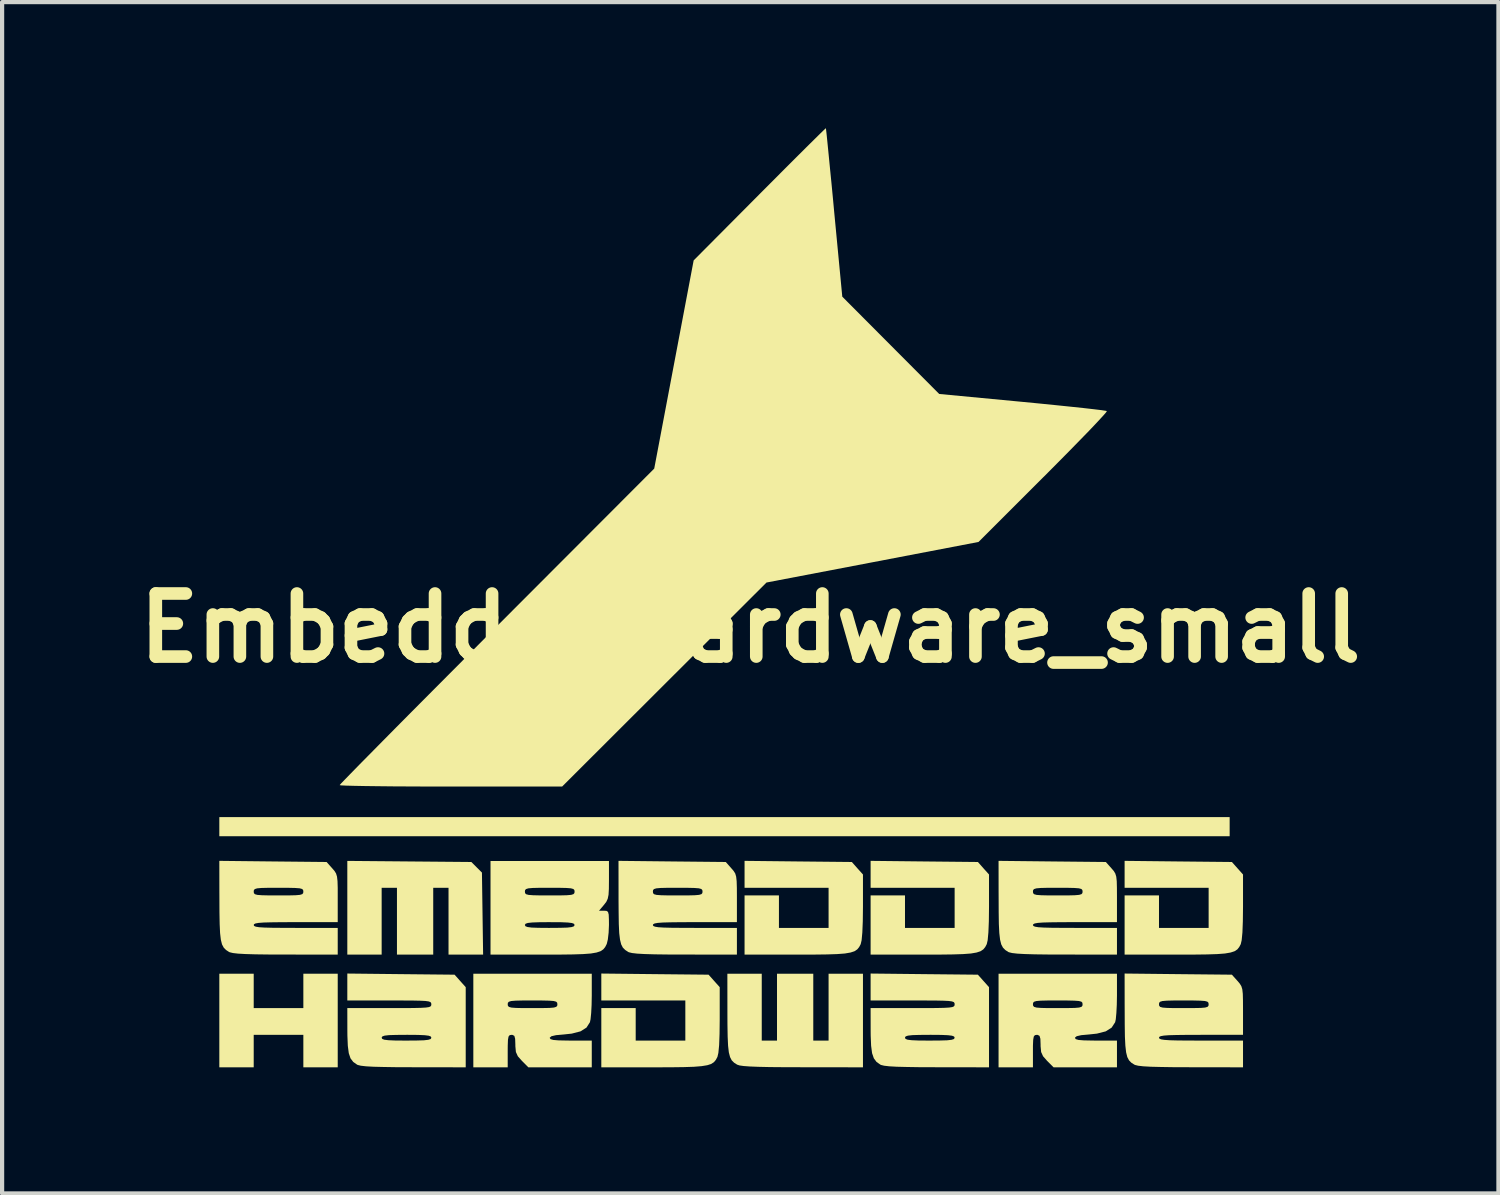
<source format=kicad_pcb>
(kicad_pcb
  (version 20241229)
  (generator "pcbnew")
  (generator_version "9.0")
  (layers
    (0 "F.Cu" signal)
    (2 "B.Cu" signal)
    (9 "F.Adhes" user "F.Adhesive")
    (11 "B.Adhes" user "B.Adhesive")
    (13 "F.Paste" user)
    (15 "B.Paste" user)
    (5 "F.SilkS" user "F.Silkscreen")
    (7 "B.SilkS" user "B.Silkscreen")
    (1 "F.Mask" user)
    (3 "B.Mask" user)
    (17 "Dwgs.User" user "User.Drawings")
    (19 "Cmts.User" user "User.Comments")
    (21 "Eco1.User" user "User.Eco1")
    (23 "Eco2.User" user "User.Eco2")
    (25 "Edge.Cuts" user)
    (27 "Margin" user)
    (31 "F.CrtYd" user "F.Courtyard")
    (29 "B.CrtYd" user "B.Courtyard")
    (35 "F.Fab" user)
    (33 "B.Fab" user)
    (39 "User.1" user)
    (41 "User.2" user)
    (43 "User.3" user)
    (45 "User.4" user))
  (footprint "EmbeddedHardware_small"
    (layer "F.Cu")
    (at 14.8 11.892)
    (property "Reference" "EmbeddedHardware_small" (at 0 0 0) (layer "F.SilkS") (effects (font (size 1.5 1.5) (thickness 0.3))))
    (attr board_only exclude_from_pos_files exclude_from_bom)
    (fp_poly (pts (xy 11.405 4.726) (xy 11.405 4.953) (xy -0.613 4.953) (xy -12.632 4.953) (xy -12.632 4.726) (xy -12.632 4.498) (xy -0.613 4.498) (xy 11.405 4.498)) (stroke (width 0) (type solid)) (fill yes) (layer "F.SilkS"))
    (fp_poly (pts (xy -11.814 8.633) (xy -11.814 9.042) (xy -11.223 9.042) (xy -10.633 9.042) (xy -10.633 8.633) (xy -10.633 8.224) (xy -10.224 8.224) (xy -9.815 8.224) (xy -9.815 9.338) (xy -9.815 10.451) (xy -10.224 10.451) (xy -10.633 10.451) (xy -10.633 10.065) (xy -10.633 9.678) (xy -11.223 9.678) (xy -11.814 9.678) (xy -11.814 10.065) (xy -11.814 10.451) (xy -12.223 10.451) (xy -12.632 10.451) (xy -12.632 9.338) (xy -12.632 8.224) (xy -12.223 8.224) (xy -11.814 8.224)) (stroke (width 0) (type solid)) (fill yes) (layer "F.SilkS"))
    (fp_poly (pts (xy -8.112 5.553) (xy -6.636 5.566) (xy -6.51 5.692) (xy -6.384 5.818) (xy -6.37 6.794) (xy -6.356 7.77) (xy -6.768 7.77) (xy -7.179 7.77) (xy -7.179 6.975) (xy -7.179 6.18) (xy -7.361 6.18) (xy -7.543 6.18) (xy -7.543 6.975) (xy -7.543 7.77) (xy -7.974 7.77) (xy -8.406 7.77) (xy -8.406 6.975) (xy -8.406 6.18) (xy -8.588 6.18) (xy -8.77 6.18) (xy -8.77 6.975) (xy -8.77 7.77) (xy -9.179 7.77) (xy -9.587 7.77) (xy -9.587 6.655) (xy -9.587 5.54)) (stroke (width 0) (type solid)) (fill yes) (layer "F.SilkS"))
    (fp_poly (pts (xy -2.268 8.234) (xy -0.992 8.247) (xy -0.86 8.395) (xy -0.727 8.544) (xy -0.727 9.313) (xy -0.731 9.657) (xy -0.741 9.924) (xy -0.759 10.108) (xy -0.781 10.202) (xy -0.818 10.272) (xy -0.863 10.327) (xy -0.928 10.37) (xy -1.023 10.401) (xy -1.157 10.423) (xy -1.34 10.438) (xy -1.584 10.446) (xy -1.898 10.45) (xy -2.291 10.451) (xy -2.315 10.451) (xy -3.544 10.451) (xy -3.544 9.747) (xy -3.544 9.042) (xy -3.135 9.042) (xy -2.726 9.042) (xy -2.726 9.428) (xy -2.726 9.815) (xy -2.136 9.815) (xy -1.545 9.815) (xy -1.545 9.338) (xy -1.545 8.86) (xy -2.545 8.86) (xy -3.544 8.86) (xy -3.544 8.54) (xy -3.544 8.22)) (stroke (width 0) (type solid)) (fill yes) (layer "F.SilkS"))
    (fp_poly (pts (xy 1.14 5.553) (xy 2.416 5.566) (xy 2.548 5.715) (xy 2.681 5.863) (xy 2.681 6.633) (xy 2.677 6.976) (xy 2.666 7.243) (xy 2.649 7.427) (xy 2.627 7.521) (xy 2.59 7.591) (xy 2.544 7.646) (xy 2.48 7.689) (xy 2.385 7.72) (xy 2.251 7.743) (xy 2.067 7.757) (xy 1.824 7.765) (xy 1.51 7.769) (xy 1.116 7.77) (xy 1.093 7.77) (xy -0.136 7.77) (xy -0.136 7.066) (xy -0.136 6.361) (xy 0.273 6.361) (xy 0.682 6.361) (xy 0.682 6.748) (xy 0.682 7.134) (xy 1.272 7.134) (xy 1.863 7.134) (xy 1.863 6.657) (xy 1.863 6.18) (xy 0.863 6.18) (xy -0.136 6.18) (xy -0.136 5.86) (xy -0.136 5.539)) (stroke (width 0) (type solid)) (fill yes) (layer "F.SilkS"))
    (fp_poly (pts (xy 4.139 5.553) (xy 5.415 5.566) (xy 5.547 5.715) (xy 5.68 5.863) (xy 5.68 6.633) (xy 5.676 6.976) (xy 5.665 7.243) (xy 5.648 7.427) (xy 5.626 7.521) (xy 5.589 7.591) (xy 5.543 7.646) (xy 5.478 7.689) (xy 5.384 7.72) (xy 5.25 7.743) (xy 5.066 7.757) (xy 4.823 7.765) (xy 4.509 7.769) (xy 4.115 7.77) (xy 4.092 7.77) (xy 2.863 7.77) (xy 2.863 7.066) (xy 2.863 6.361) (xy 3.272 6.361) (xy 3.681 6.361) (xy 3.681 6.748) (xy 3.681 7.134) (xy 4.271 7.134) (xy 4.862 7.134) (xy 4.862 6.657) (xy 4.862 6.18) (xy 3.862 6.18) (xy 2.863 6.18) (xy 2.863 5.86) (xy 2.863 5.539)) (stroke (width 0) (type solid)) (fill yes) (layer "F.SilkS"))
    (fp_poly (pts (xy 10.182 5.553) (xy 11.458 5.566) (xy 11.591 5.715) (xy 11.723 5.863) (xy 11.723 6.633) (xy 11.719 6.976) (xy 11.709 7.243) (xy 11.691 7.427) (xy 11.669 7.521) (xy 11.632 7.591) (xy 11.587 7.646) (xy 11.522 7.689) (xy 11.427 7.72) (xy 11.293 7.743) (xy 11.11 7.757) (xy 10.866 7.765) (xy 10.552 7.769) (xy 10.159 7.77) (xy 10.135 7.77) (xy 8.906 7.77) (xy 8.906 7.066) (xy 8.906 6.361) (xy 9.315 6.361) (xy 9.724 6.361) (xy 9.724 6.748) (xy 9.724 7.134) (xy 10.314 7.134) (xy 10.905 7.134) (xy 10.905 6.657) (xy 10.905 6.18) (xy 9.906 6.18) (xy 8.906 6.18) (xy 8.906 5.86) (xy 8.906 5.539)) (stroke (width 0) (type solid)) (fill yes) (layer "F.SilkS"))
    (fp_poly (pts (xy 0.273 9.019) (xy 0.273 9.815) (xy 0.454 9.815) (xy 0.636 9.815) (xy 0.636 9.019) (xy 0.636 8.224) (xy 1.068 8.224) (xy 1.499 8.224) (xy 1.499 9.019) (xy 1.499 9.815) (xy 1.681 9.815) (xy 1.863 9.815) (xy 1.863 9.019) (xy 1.863 8.224) (xy 2.272 8.224) (xy 2.681 8.224) (xy 2.681 9.338) (xy 2.681 10.451) (xy 1.238 10.449) (xy 0.81 10.448) (xy 0.464 10.445) (xy 0.193 10.439) (xy -0.012 10.431) (xy -0.159 10.42) (xy -0.256 10.406) (xy -0.311 10.388) (xy -0.313 10.387) (xy -0.385 10.341) (xy -0.441 10.285) (xy -0.481 10.207) (xy -0.51 10.095) (xy -0.528 9.937) (xy -0.538 9.721) (xy -0.543 9.435) (xy -0.544 9.167) (xy -0.545 8.224) (xy -0.136 8.224) (xy 0.273 8.224)) (stroke (width 0) (type solid)) (fill yes) (layer "F.SilkS"))
    (fp_poly (pts (xy -8.311 8.234) (xy -7.035 8.247) (xy -6.903 8.395) (xy -6.77 8.544) (xy -6.77 9.497) (xy -6.77 10.451) (xy -8.008 10.449) (xy -8.407 10.448) (xy -8.723 10.443) (xy -8.965 10.437) (xy -9.143 10.427) (xy -9.264 10.413) (xy -9.338 10.395) (xy -9.355 10.387) (xy -9.446 10.323) (xy -9.511 10.237) (xy -9.552 10.115) (xy -9.575 9.939) (xy -9.583 9.747) (xy -8.77 9.747) (xy -8.756 9.775) (xy -8.708 9.794) (xy -8.611 9.806) (xy -8.451 9.813) (xy -8.216 9.815) (xy -8.179 9.815) (xy -7.933 9.813) (xy -7.764 9.808) (xy -7.66 9.796) (xy -7.605 9.778) (xy -7.588 9.751) (xy -7.588 9.747) (xy -7.601 9.718) (xy -7.65 9.699) (xy -7.747 9.687) (xy -7.906 9.68) (xy -8.141 9.678) (xy -8.179 9.678) (xy -8.425 9.68) (xy -8.594 9.685) (xy -8.698 9.697) (xy -8.752 9.715) (xy -8.769 9.742) (xy -8.77 9.747) (xy -9.583 9.747) (xy -9.585 9.695) (xy -9.586 9.576) (xy -9.587 9.042) (xy -8.588 9.042) (xy -8.262 9.042) (xy -8.016 9.04) (xy -7.839 9.036) (xy -7.718 9.029) (xy -7.644 9.018) (xy -7.606 9.001) (xy -7.591 8.978) (xy -7.588 8.951) (xy -7.592 8.922) (xy -7.609 8.899) (xy -7.652 8.883) (xy -7.731 8.872) (xy -7.858 8.866) (xy -8.043 8.862) (xy -8.299 8.861) (xy -8.588 8.86) (xy -9.587 8.86) (xy -9.587 8.54) (xy -9.587 8.22)) (stroke (width 0) (type solid)) (fill yes) (layer "F.SilkS"))
    (fp_poly (pts (xy 4.139 8.234) (xy 5.415 8.247) (xy 5.547 8.395) (xy 5.68 8.544) (xy 5.68 9.497) (xy 5.68 10.451) (xy 4.442 10.449) (xy 4.043 10.448) (xy 3.727 10.443) (xy 3.485 10.437) (xy 3.307 10.427) (xy 3.186 10.413) (xy 3.112 10.395) (xy 3.095 10.387) (xy 3.004 10.323) (xy 2.94 10.237) (xy 2.898 10.115) (xy 2.875 9.939) (xy 2.867 9.747) (xy 3.681 9.747) (xy 3.694 9.775) (xy 3.742 9.794) (xy 3.839 9.806) (xy 3.999 9.813) (xy 4.234 9.815) (xy 4.271 9.815) (xy 4.517 9.813) (xy 4.686 9.808) (xy 4.79 9.796) (xy 4.845 9.778) (xy 4.862 9.751) (xy 4.862 9.747) (xy 4.849 9.718) (xy 4.8 9.699) (xy 4.703 9.687) (xy 4.544 9.68) (xy 4.309 9.678) (xy 4.271 9.678) (xy 4.025 9.68) (xy 3.857 9.685) (xy 3.752 9.697) (xy 3.698 9.715) (xy 3.681 9.742) (xy 3.681 9.747) (xy 2.867 9.747) (xy 2.865 9.695) (xy 2.864 9.576) (xy 2.863 9.042) (xy 3.862 9.042) (xy 4.188 9.042) (xy 4.434 9.04) (xy 4.612 9.036) (xy 4.732 9.029) (xy 4.806 9.018) (xy 4.844 9.001) (xy 4.86 8.978) (xy 4.862 8.951) (xy 4.859 8.922) (xy 4.841 8.899) (xy 4.798 8.883) (xy 4.719 8.872) (xy 4.593 8.866) (xy 4.407 8.862) (xy 4.152 8.861) (xy 3.862 8.86) (xy 2.863 8.86) (xy 2.863 8.54) (xy 2.863 8.22)) (stroke (width 0) (type solid)) (fill yes) (layer "F.SilkS"))
    (fp_poly (pts (xy 1.805 -11.846) (xy 1.819 -11.719) (xy 1.839 -11.52) (xy 1.865 -11.258) (xy 1.896 -10.942) (xy 1.932 -10.581) (xy 1.97 -10.185) (xy 1.998 -9.883) (xy 2.189 -7.884) (xy 3.342 -6.726) (xy 4.495 -5.569) (xy 6.475 -5.381) (xy 6.889 -5.341) (xy 7.276 -5.302) (xy 7.625 -5.266) (xy 7.928 -5.234) (xy 8.174 -5.206) (xy 8.355 -5.184) (xy 8.46 -5.168) (xy 8.485 -5.162) (xy 8.46 -5.125) (xy 8.376 -5.03) (xy 8.241 -4.884) (xy 8.059 -4.692) (xy 7.836 -4.463) (xy 7.58 -4.201) (xy 7.295 -3.913) (xy 6.989 -3.605) (xy 6.973 -3.59) (xy 5.43 -2.048) (xy 2.908 -1.565) (xy 0.386 -1.083) (xy -2.045 1.344) (xy -4.476 3.771) (xy -7.123 3.771) (xy -7.604 3.771) (xy -8.057 3.769) (xy -8.473 3.767) (xy -8.846 3.763) (xy -9.166 3.759) (xy -9.427 3.754) (xy -9.619 3.749) (xy -9.736 3.743) (xy -9.769 3.737) (xy -9.738 3.701) (xy -9.646 3.605) (xy -9.498 3.453) (xy -9.298 3.248) (xy -9.049 2.996) (xy -8.756 2.699) (xy -8.423 2.362) (xy -8.053 1.989) (xy -7.651 1.585) (xy -7.22 1.152) (xy -6.765 0.695) (xy -6.29 0.218) (xy -6.027 -0.045) (xy -2.285 -3.794) (xy -1.816 -6.27) (xy -1.347 -8.747) (xy 0.221 -10.324) (xy 0.532 -10.636) (xy 0.822 -10.927) (xy 1.086 -11.191) (xy 1.318 -11.422) (xy 1.511 -11.613) (xy 1.66 -11.76) (xy 1.758 -11.855) (xy 1.798 -11.892) (xy 1.799 -11.892)) (stroke (width 0) (type solid)) (fill yes) (layer "F.SilkS"))
    (fp_poly (pts (xy -3.771 8.744) (xy -3.775 8.964) (xy -3.785 9.159) (xy -3.8 9.308) (xy -3.815 9.378) (xy -3.897 9.506) (xy -4.038 9.595) (xy -4.247 9.649) (xy -4.433 9.669) (xy -4.621 9.686) (xy -4.73 9.711) (xy -4.77 9.745) (xy -4.771 9.752) (xy -4.752 9.781) (xy -4.685 9.8) (xy -4.559 9.81) (xy -4.359 9.814) (xy -4.271 9.815) (xy -3.771 9.815) (xy -3.771 10.133) (xy -3.771 10.451) (xy -4.526 10.451) (xy -5.28 10.451) (xy -5.434 10.296) (xy -5.53 10.188) (xy -5.576 10.087) (xy -5.589 9.948) (xy -5.589 9.91) (xy -5.594 9.772) (xy -5.613 9.703) (xy -5.656 9.68) (xy -5.68 9.678) (xy -5.724 9.686) (xy -5.751 9.719) (xy -5.765 9.796) (xy -5.77 9.936) (xy -5.771 10.065) (xy -5.771 10.451) (xy -6.18 10.451) (xy -6.589 10.451) (xy -6.589 9.338) (xy -6.589 8.951) (xy -5.771 8.951) (xy -5.766 8.988) (xy -5.741 9.014) (xy -5.682 9.03) (xy -5.575 9.038) (xy -5.404 9.042) (xy -5.18 9.042) (xy -4.939 9.041) (xy -4.774 9.038) (xy -4.671 9.029) (xy -4.616 9.012) (xy -4.593 8.986) (xy -4.589 8.951) (xy -4.594 8.914) (xy -4.619 8.889) (xy -4.678 8.873) (xy -4.785 8.865) (xy -4.956 8.861) (xy -5.18 8.86) (xy -5.421 8.861) (xy -5.586 8.865) (xy -5.689 8.874) (xy -5.744 8.891) (xy -5.767 8.917) (xy -5.771 8.951) (xy -6.589 8.951) (xy -6.589 8.224) (xy -5.18 8.224) (xy -3.771 8.224)) (stroke (width 0) (type solid)) (fill yes) (layer "F.SilkS"))
    (fp_poly (pts (xy 8.724 8.744) (xy 8.72 8.964) (xy 8.71 9.159) (xy 8.696 9.308) (xy 8.681 9.378) (xy 8.598 9.506) (xy 8.458 9.595) (xy 8.248 9.649) (xy 8.063 9.669) (xy 7.874 9.686) (xy 7.766 9.711) (xy 7.725 9.745) (xy 7.725 9.752) (xy 7.744 9.781) (xy 7.81 9.8) (xy 7.937 9.81) (xy 8.136 9.814) (xy 8.224 9.815) (xy 8.724 9.815) (xy 8.724 10.133) (xy 8.724 10.451) (xy 7.97 10.451) (xy 7.216 10.451) (xy 7.061 10.296) (xy 6.966 10.188) (xy 6.92 10.087) (xy 6.907 9.948) (xy 6.907 9.91) (xy 6.902 9.772) (xy 6.882 9.703) (xy 6.839 9.68) (xy 6.816 9.678) (xy 6.772 9.686) (xy 6.745 9.719) (xy 6.731 9.796) (xy 6.725 9.936) (xy 6.725 10.065) (xy 6.725 10.451) (xy 6.316 10.451) (xy 5.907 10.451) (xy 5.907 9.338) (xy 5.907 8.951) (xy 6.725 8.951) (xy 6.73 8.988) (xy 6.755 9.014) (xy 6.813 9.03) (xy 6.921 9.038) (xy 7.091 9.042) (xy 7.316 9.042) (xy 7.557 9.041) (xy 7.721 9.038) (xy 7.824 9.029) (xy 7.88 9.012) (xy 7.902 8.986) (xy 7.906 8.951) (xy 7.901 8.914) (xy 7.877 8.889) (xy 7.818 8.873) (xy 7.71 8.865) (xy 7.54 8.861) (xy 7.316 8.86) (xy 7.074 8.861) (xy 6.91 8.865) (xy 6.807 8.874) (xy 6.751 8.891) (xy 6.729 8.917) (xy 6.725 8.951) (xy 5.907 8.951) (xy 5.907 8.224) (xy 7.316 8.224) (xy 8.724 8.224)) (stroke (width 0) (type solid)) (fill yes) (layer "F.SilkS"))
    (fp_poly (pts (xy -11.356 5.553) (xy -10.08 5.566) (xy -9.947 5.715) (xy -9.892 5.779) (xy -9.855 5.839) (xy -9.832 5.914) (xy -9.82 6.022) (xy -9.815 6.182) (xy -9.815 6.413) (xy -9.815 6.43) (xy -9.815 6.997) (xy -10.814 6.997) (xy -11.145 6.998) (xy -11.395 7.001) (xy -11.576 7.006) (xy -11.697 7.015) (xy -11.771 7.028) (xy -11.806 7.046) (xy -11.814 7.066) (xy -11.803 7.088) (xy -11.764 7.105) (xy -11.686 7.118) (xy -11.558 7.126) (xy -11.369 7.131) (xy -11.11 7.133) (xy -10.814 7.134) (xy -9.815 7.134) (xy -9.815 7.452) (xy -9.815 7.77) (xy -11.053 7.768) (xy -11.451 7.767) (xy -11.767 7.763) (xy -12.009 7.756) (xy -12.187 7.746) (xy -12.308 7.732) (xy -12.382 7.714) (xy -12.4 7.707) (xy -12.472 7.66) (xy -12.527 7.604) (xy -12.568 7.526) (xy -12.596 7.414) (xy -12.614 7.257) (xy -12.624 7.041) (xy -12.629 6.756) (xy -12.63 6.484) (xy -12.631 6.27) (xy -11.814 6.27) (xy -11.809 6.308) (xy -11.784 6.333) (xy -11.725 6.349) (xy -11.618 6.357) (xy -11.447 6.361) (xy -11.223 6.361) (xy -10.982 6.361) (xy -10.817 6.357) (xy -10.714 6.348) (xy -10.659 6.331) (xy -10.637 6.305) (xy -10.633 6.27) (xy -10.638 6.233) (xy -10.662 6.208) (xy -10.721 6.192) (xy -10.829 6.184) (xy -10.999 6.18) (xy -11.223 6.18) (xy -11.464 6.18) (xy -11.629 6.184) (xy -11.732 6.193) (xy -11.787 6.21) (xy -11.81 6.236) (xy -11.814 6.27) (xy -12.631 6.27) (xy -12.632 5.539)) (stroke (width 0) (type solid)) (fill yes) (layer "F.SilkS"))
    (fp_poly (pts (xy -1.859 5.553) (xy -0.583 5.566) (xy -0.451 5.715) (xy -0.396 5.779) (xy -0.358 5.839) (xy -0.336 5.914) (xy -0.324 6.022) (xy -0.319 6.182) (xy -0.318 6.413) (xy -0.318 6.43) (xy -0.318 6.997) (xy -1.318 6.997) (xy -1.648 6.998) (xy -1.899 7.001) (xy -2.079 7.006) (xy -2.201 7.015) (xy -2.274 7.028) (xy -2.309 7.046) (xy -2.317 7.066) (xy -2.307 7.088) (xy -2.267 7.105) (xy -2.189 7.118) (xy -2.061 7.126) (xy -1.872 7.131) (xy -1.613 7.133) (xy -1.318 7.134) (xy -0.318 7.134) (xy -0.318 7.452) (xy -0.318 7.77) (xy -1.556 7.768) (xy -1.954 7.767) (xy -2.27 7.763) (xy -2.513 7.756) (xy -2.69 7.746) (xy -2.812 7.732) (xy -2.886 7.714) (xy -2.903 7.707) (xy -2.975 7.66) (xy -3.031 7.604) (xy -3.071 7.526) (xy -3.099 7.414) (xy -3.118 7.257) (xy -3.128 7.041) (xy -3.132 6.756) (xy -3.134 6.484) (xy -3.134 6.27) (xy -2.317 6.27) (xy -2.312 6.308) (xy -2.288 6.333) (xy -2.229 6.349) (xy -2.121 6.357) (xy -1.951 6.361) (xy -1.727 6.361) (xy -1.486 6.361) (xy -1.321 6.357) (xy -1.218 6.348) (xy -1.162 6.331) (xy -1.14 6.305) (xy -1.136 6.27) (xy -1.141 6.233) (xy -1.166 6.208) (xy -1.224 6.192) (xy -1.332 6.184) (xy -1.503 6.18) (xy -1.727 6.18) (xy -1.968 6.18) (xy -2.133 6.184) (xy -2.235 6.193) (xy -2.291 6.21) (xy -2.313 6.236) (xy -2.317 6.27) (xy -3.134 6.27) (xy -3.135 5.539)) (stroke (width 0) (type solid)) (fill yes) (layer "F.SilkS"))
    (fp_poly (pts (xy 7.183 5.553) (xy 8.459 5.566) (xy 8.592 5.715) (xy 8.647 5.779) (xy 8.684 5.839) (xy 8.707 5.914) (xy 8.719 6.022) (xy 8.723 6.182) (xy 8.724 6.413) (xy 8.724 6.43) (xy 8.724 6.997) (xy 7.725 6.997) (xy 7.394 6.998) (xy 7.144 7.001) (xy 6.963 7.006) (xy 6.841 7.015) (xy 6.768 7.028) (xy 6.733 7.046) (xy 6.725 7.066) (xy 6.736 7.088) (xy 6.775 7.105) (xy 6.853 7.118) (xy 6.981 7.126) (xy 7.17 7.131) (xy 7.429 7.133) (xy 7.725 7.134) (xy 8.724 7.134) (xy 8.724 7.452) (xy 8.724 7.77) (xy 7.486 7.768) (xy 7.088 7.767) (xy 6.772 7.763) (xy 6.529 7.756) (xy 6.352 7.746) (xy 6.23 7.732) (xy 6.157 7.714) (xy 6.139 7.707) (xy 6.067 7.66) (xy 6.012 7.604) (xy 5.971 7.526) (xy 5.943 7.414) (xy 5.925 7.257) (xy 5.914 7.041) (xy 5.91 6.756) (xy 5.909 6.484) (xy 5.908 6.27) (xy 6.725 6.27) (xy 6.73 6.308) (xy 6.755 6.333) (xy 6.813 6.349) (xy 6.921 6.357) (xy 7.091 6.361) (xy 7.316 6.361) (xy 7.557 6.361) (xy 7.721 6.357) (xy 7.824 6.348) (xy 7.88 6.331) (xy 7.902 6.305) (xy 7.906 6.27) (xy 7.901 6.233) (xy 7.877 6.208) (xy 7.818 6.192) (xy 7.71 6.184) (xy 7.54 6.18) (xy 7.316 6.18) (xy 7.074 6.18) (xy 6.91 6.184) (xy 6.807 6.193) (xy 6.751 6.21) (xy 6.729 6.236) (xy 6.725 6.27) (xy 5.908 6.27) (xy 5.907 5.539)) (stroke (width 0) (type solid)) (fill yes) (layer "F.SilkS"))
    (fp_poly (pts (xy 10.182 8.234) (xy 11.458 8.247) (xy 11.591 8.395) (xy 11.646 8.46) (xy 11.683 8.52) (xy 11.706 8.595) (xy 11.718 8.703) (xy 11.722 8.863) (xy 11.723 9.094) (xy 11.723 9.111) (xy 11.723 9.678) (xy 10.723 9.678) (xy 10.393 9.679) (xy 10.143 9.682) (xy 9.962 9.687) (xy 9.84 9.696) (xy 9.767 9.709) (xy 9.732 9.726) (xy 9.724 9.747) (xy 9.735 9.769) (xy 9.774 9.786) (xy 9.852 9.798) (xy 9.98 9.807) (xy 10.169 9.812) (xy 10.428 9.814) (xy 10.723 9.815) (xy 11.723 9.815) (xy 11.723 10.133) (xy 11.723 10.451) (xy 10.485 10.449) (xy 10.087 10.448) (xy 9.771 10.443) (xy 9.528 10.437) (xy 9.351 10.427) (xy 9.229 10.413) (xy 9.155 10.395) (xy 9.138 10.387) (xy 9.066 10.341) (xy 9.011 10.285) (xy 8.97 10.207) (xy 8.942 10.095) (xy 8.924 9.938) (xy 8.913 9.722) (xy 8.909 9.437) (xy 8.908 9.165) (xy 8.907 8.951) (xy 9.724 8.951) (xy 9.729 8.988) (xy 9.753 9.014) (xy 9.812 9.03) (xy 9.92 9.038) (xy 10.09 9.042) (xy 10.314 9.042) (xy 10.556 9.041) (xy 10.72 9.038) (xy 10.823 9.029) (xy 10.879 9.012) (xy 10.901 8.986) (xy 10.905 8.951) (xy 10.9 8.914) (xy 10.875 8.889) (xy 10.817 8.873) (xy 10.709 8.865) (xy 10.539 8.861) (xy 10.314 8.86) (xy 10.073 8.861) (xy 9.909 8.865) (xy 9.806 8.874) (xy 9.75 8.891) (xy 9.728 8.917) (xy 9.724 8.951) (xy 8.907 8.951) (xy 8.906 8.22)) (stroke (width 0) (type solid)) (fill yes) (layer "F.SilkS"))
    (fp_poly (pts (xy -3.362 5.994) (xy -3.364 6.205) (xy -3.372 6.346) (xy -3.392 6.442) (xy -3.426 6.515) (xy -3.48 6.585) (xy -3.598 6.725) (xy -3.48 6.725) (xy -3.42 6.729) (xy -3.385 6.753) (xy -3.368 6.817) (xy -3.363 6.94) (xy -3.362 7.064) (xy -3.37 7.248) (xy -3.389 7.411) (xy -3.415 7.518) (xy -3.417 7.521) (xy -3.453 7.591) (xy -3.499 7.646) (xy -3.564 7.689) (xy -3.658 7.72) (xy -3.792 7.743) (xy -3.976 7.757) (xy -4.219 7.765) (xy -4.533 7.769) (xy -4.927 7.77) (xy -4.951 7.77) (xy -6.18 7.77) (xy -6.18 7.066) (xy -5.362 7.066) (xy -5.349 7.094) (xy -5.3 7.113) (xy -5.203 7.126) (xy -5.044 7.132) (xy -4.809 7.134) (xy -4.771 7.134) (xy -4.525 7.132) (xy -4.356 7.127) (xy -4.252 7.115) (xy -4.198 7.097) (xy -4.181 7.07) (xy -4.18 7.066) (xy -4.193 7.037) (xy -4.242 7.018) (xy -4.339 7.006) (xy -4.498 6.999) (xy -4.733 6.998) (xy -4.771 6.997) (xy -5.017 6.999) (xy -5.186 7.005) (xy -5.29 7.016) (xy -5.344 7.034) (xy -5.362 7.061) (xy -5.362 7.066) (xy -6.18 7.066) (xy -6.18 6.657) (xy -6.18 6.27) (xy -5.362 6.27) (xy -5.357 6.308) (xy -5.332 6.333) (xy -5.273 6.349) (xy -5.166 6.357) (xy -4.995 6.361) (xy -4.771 6.361) (xy -4.53 6.361) (xy -4.365 6.357) (xy -4.262 6.348) (xy -4.207 6.331) (xy -4.184 6.305) (xy -4.18 6.27) (xy -4.185 6.233) (xy -4.21 6.208) (xy -4.269 6.192) (xy -4.376 6.184) (xy -4.547 6.18) (xy -4.771 6.18) (xy -5.012 6.18) (xy -5.177 6.184) (xy -5.28 6.193) (xy -5.335 6.21) (xy -5.358 6.236) (xy -5.362 6.27) (xy -6.18 6.27) (xy -6.18 5.543) (xy -4.771 5.543) (xy -3.362 5.543)) (stroke (width 0) (type solid)) (fill yes) (layer "F.SilkS")))
  (gr_rect
    (start -3 -3)
    (end 32.6 25.343)
    (stroke (width 0.1) (type default))
    (fill no)
    (layer "Edge.Cuts")))
</source>
